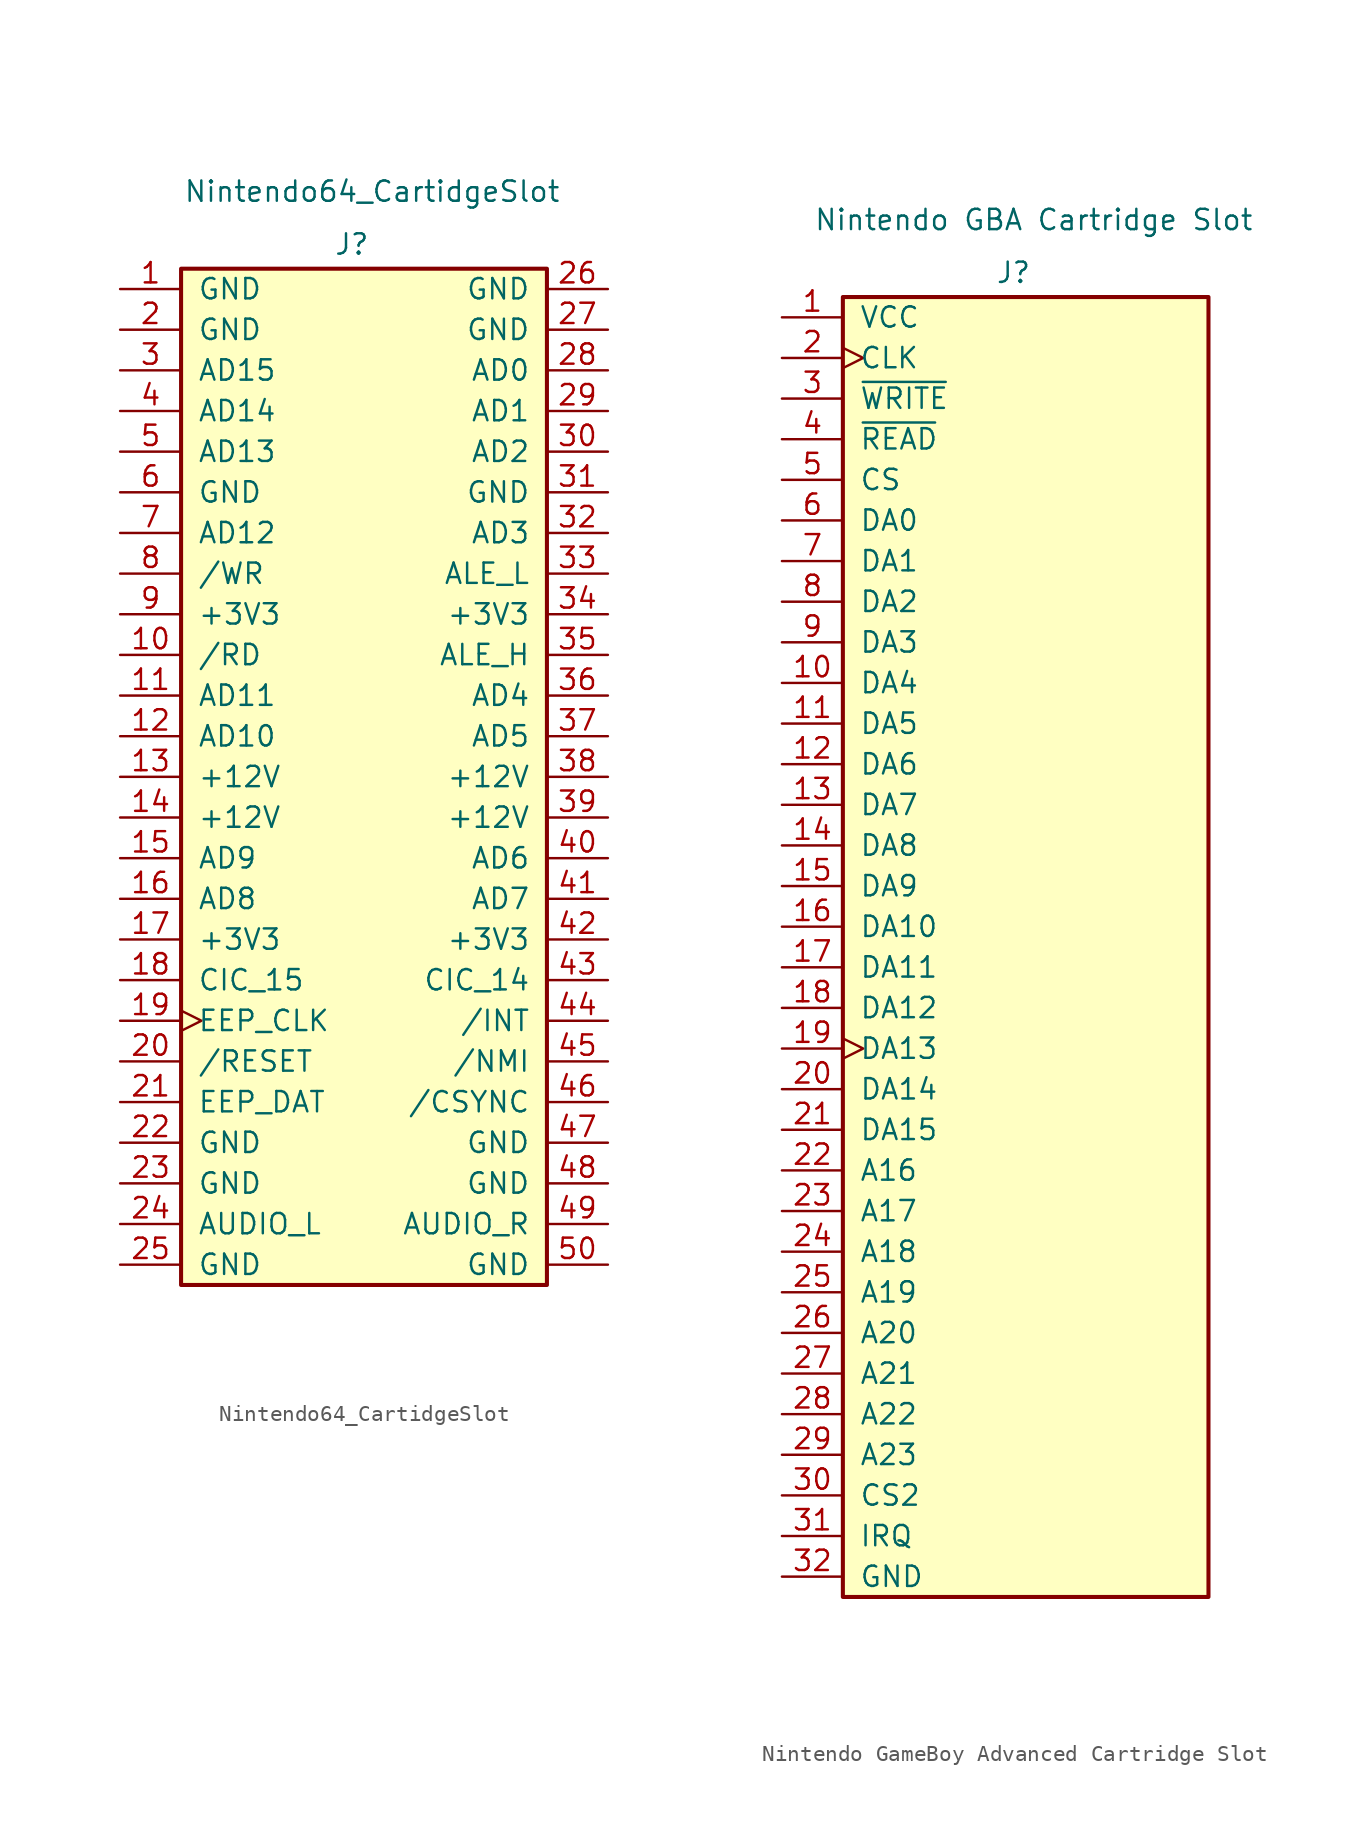
<source format=kicad_sym>
(kicad_symbol_lib
  (version 20241209)
  (generator "kicad_symbol_editor")
  (generator_version "9.0")
  (symbol "Nintendo64_CartidgeSlot"
    (pin_names
      (offset 1.016))
    (property "Reference" "J"
      (at -0.762 38.354 0)
      (effects (font (size 1.27 1.27))))
    (property "Value" "Nintendo64_CartidgeSlot"
      (at 0.508 41.656 0)
      (effects (font (size 1.27 1.27))))
    (symbol "Nintendo64_CartidgeSlot_1_1"
      (rectangle (start -11.43 36.83) (end 11.43 -26.67) (stroke (width 0.254) (type default)) (fill (type background)))
      (pin power_in line (at -15.24 35.56 0) (length 3.81) (name "GND" (effects (font (size 1.27 1.27)))) (number "1" (effects (font (size 1.27 1.27)))))
      (pin power_in line (at -15.24 33.02 0) (length 3.81) (name "GND" (effects (font (size 1.27 1.27)))) (number "2" (effects (font (size 1.27 1.27)))))
      (pin bidirectional line (at -15.24 30.48 0) (length 3.81) (name "AD15" (effects (font (size 1.27 1.27)))) (number "3" (effects (font (size 1.27 1.27)))))
      (pin bidirectional line (at -15.24 27.94 0) (length 3.81) (name "AD14" (effects (font (size 1.27 1.27)))) (number "4" (effects (font (size 1.27 1.27)))))
      (pin bidirectional line (at -15.24 25.4 0) (length 3.81) (name "AD13" (effects (font (size 1.27 1.27)))) (number "5" (effects (font (size 1.27 1.27)))))
      (pin power_in line (at -15.24 22.86 0) (length 3.81) (name "GND" (effects (font (size 1.27 1.27)))) (number "6" (effects (font (size 1.27 1.27)))))
      (pin bidirectional line (at -15.24 20.32 0) (length 3.81) (name "AD12" (effects (font (size 1.27 1.27)))) (number "7" (effects (font (size 1.27 1.27)))))
      (pin input line (at -15.24 17.78 0) (length 3.81) (name "/WR" (effects (font (size 1.27 1.27)))) (number "8" (effects (font (size 1.27 1.27)))))
      (pin power_in line (at -15.24 15.24 0) (length 3.81) (name "+3V3" (effects (font (size 1.27 1.27)))) (number "9" (effects (font (size 1.27 1.27)))))
      (pin output line (at -15.24 12.7 0) (length 3.81) (name "/RD" (effects (font (size 1.27 1.27)))) (number "10" (effects (font (size 1.27 1.27)))))
      (pin bidirectional line (at -15.24 10.16 0) (length 3.81) (name "AD11" (effects (font (size 1.27 1.27)))) (number "11" (effects (font (size 1.27 1.27)))))
      (pin bidirectional line (at -15.24 7.62 0) (length 3.81) (name "AD10" (effects (font (size 1.27 1.27)))) (number "12" (effects (font (size 1.27 1.27)))))
      (pin power_in line (at -15.24 5.08 0) (length 3.81) (name "+12V" (effects (font (size 1.27 1.27)))) (number "13" (effects (font (size 1.27 1.27)))))
      (pin power_in line (at -15.24 2.54 0) (length 3.81) (name "+12V" (effects (font (size 1.27 1.27)))) (number "14" (effects (font (size 1.27 1.27)))))
      (pin bidirectional line (at -15.24 0 0) (length 3.81) (name "AD9" (effects (font (size 1.27 1.27)))) (number "15" (effects (font (size 1.27 1.27)))))
      (pin passive line (at -15.24 -2.54 0) (length 3.81) (name "AD8" (effects (font (size 1.27 1.27)))) (number "16" (effects (font (size 1.27 1.27)))))
      (pin power_in line (at -15.24 -5.08 0) (length 3.81) (name "+3V3" (effects (font (size 1.27 1.27)))) (number "17" (effects (font (size 1.27 1.27)))))
      (pin input line (at -15.24 -7.62 0) (length 3.81) (name "CIC_15" (effects (font (size 1.27 1.27)))) (number "18" (effects (font (size 1.27 1.27)))))
      (pin input clock (at -15.24 -10.16 0) (length 3.81) (name "EEP_CLK" (effects (font (size 1.27 1.27)))) (number "19" (effects (font (size 1.27 1.27)))))
      (pin input line (at -15.24 -12.7 0) (length 3.81) (name "/RESET" (effects (font (size 1.27 1.27)))) (number "20" (effects (font (size 1.27 1.27)))))
      (pin output line (at -15.24 -15.24 0) (length 3.81) (name "EEP_DAT" (effects (font (size 1.27 1.27)))) (number "21" (effects (font (size 1.27 1.27)))))
      (pin power_in line (at -15.24 -17.78 0) (length 3.81) (name "GND" (effects (font (size 1.27 1.27)))) (number "22" (effects (font (size 1.27 1.27)))))
      (pin power_in line (at -15.24 -20.32 0) (length 3.81) (name "GND" (effects (font (size 1.27 1.27)))) (number "23" (effects (font (size 1.27 1.27)))))
      (pin output line (at -15.24 -22.86 0) (length 3.81) (name "AUDIO_L" (effects (font (size 1.27 1.27)))) (number "24" (effects (font (size 1.27 1.27)))))
      (pin power_in line (at -15.24 -25.4 0) (length 3.81) (name "GND" (effects (font (size 1.27 1.27)))) (number "25" (effects (font (size 1.27 1.27)))))
      (pin power_in line (at 15.24 35.56 180) (length 3.81) (name "GND" (effects (font (size 1.27 1.27)))) (number "26" (effects (font (size 1.27 1.27)))))
      (pin power_in line (at 15.24 33.02 180) (length 3.81) (name "GND" (effects (font (size 1.27 1.27)))) (number "27" (effects (font (size 1.27 1.27)))))
      (pin bidirectional line (at 15.24 30.48 180) (length 3.81) (name "AD0" (effects (font (size 1.27 1.27)))) (number "28" (effects (font (size 1.27 1.27)))))
      (pin bidirectional line (at 15.24 27.94 180) (length 3.81) (name "AD1" (effects (font (size 1.27 1.27)))) (number "29" (effects (font (size 1.27 1.27)))))
      (pin bidirectional line (at 15.24 25.4 180) (length 3.81) (name "AD2" (effects (font (size 1.27 1.27)))) (number "30" (effects (font (size 1.27 1.27)))))
      (pin input line (at 15.24 22.86 180) (length 3.81) (name "GND" (effects (font (size 1.27 1.27)))) (number "31" (effects (font (size 1.27 1.27)))))
      (pin bidirectional line (at 15.24 20.32 180) (length 3.81) (name "AD3" (effects (font (size 1.27 1.27)))) (number "32" (effects (font (size 1.27 1.27)))))
      (pin input line (at 15.24 17.78 180) (length 3.81) (name "ALE_L" (effects (font (size 1.27 1.27)))) (number "33" (effects (font (size 1.27 1.27)))))
      (pin power_in line (at 15.24 15.24 180) (length 3.81) (name "+3V3" (effects (font (size 1.27 1.27)))) (number "34" (effects (font (size 1.27 1.27)))))
      (pin input line (at 15.24 12.7 180) (length 3.81) (name "ALE_H" (effects (font (size 1.27 1.27)))) (number "35" (effects (font (size 1.27 1.27)))))
      (pin bidirectional line (at 15.24 10.16 180) (length 3.81) (name "AD4" (effects (font (size 1.27 1.27)))) (number "36" (effects (font (size 1.27 1.27)))))
      (pin bidirectional line (at 15.24 7.62 180) (length 3.81) (name "AD5" (effects (font (size 1.27 1.27)))) (number "37" (effects (font (size 1.27 1.27)))))
      (pin input line (at 15.24 5.08 180) (length 3.81) (name "+12V" (effects (font (size 1.27 1.27)))) (number "38" (effects (font (size 1.27 1.27)))))
      (pin input line (at 15.24 2.54 180) (length 3.81) (name "+12V" (effects (font (size 1.27 1.27)))) (number "39" (effects (font (size 1.27 1.27)))))
      (pin bidirectional line (at 15.24 0 180) (length 3.81) (name "AD6" (effects (font (size 1.27 1.27)))) (number "40" (effects (font (size 1.27 1.27)))))
      (pin bidirectional line (at 15.24 -2.54 180) (length 3.81) (name "AD7" (effects (font (size 1.27 1.27)))) (number "41" (effects (font (size 1.27 1.27)))))
      (pin power_in line (at 15.24 -5.08 180) (length 3.81) (name "+3V3" (effects (font (size 1.27 1.27)))) (number "42" (effects (font (size 1.27 1.27)))))
      (pin output line (at 15.24 -7.62 180) (length 3.81) (name "CIC_14" (effects (font (size 1.27 1.27)))) (number "43" (effects (font (size 1.27 1.27)))))
      (pin input line (at 15.24 -10.16 180) (length 3.81) (name "/INT" (effects (font (size 1.27 1.27)))) (number "44" (effects (font (size 1.27 1.27)))))
      (pin input line (at 15.24 -12.7 180) (length 3.81) (name "/NMI" (effects (font (size 1.27 1.27)))) (number "45" (effects (font (size 1.27 1.27)))))
      (pin output line (at 15.24 -15.24 180) (length 3.81) (name "/CSYNC" (effects (font (size 1.27 1.27)))) (number "46" (effects (font (size 1.27 1.27)))))
      (pin power_in line (at 15.24 -17.78 180) (length 3.81) (name "GND" (effects (font (size 1.27 1.27)))) (number "47" (effects (font (size 1.27 1.27)))))
      (pin power_in line (at 15.24 -20.32 180) (length 3.81) (name "GND" (effects (font (size 1.27 1.27)))) (number "48" (effects (font (size 1.27 1.27)))))
      (pin output line (at 15.24 -22.86 180) (length 3.81) (name "AUDIO_R" (effects (font (size 1.27 1.27)))) (number "49" (effects (font (size 1.27 1.27)))))
      (pin power_in line (at 15.24 -25.4 180) (length 3.81) (name "GND" (effects (font (size 1.27 1.27)))) (number "50" (effects (font (size 1.27 1.27)))))))
  (symbol "Nintendo GameBoy Advanced Cartridge Slot"
    (pin_names
      (offset 1.016))
    (property "Reference" "J"
      (at -0.762 38.354 0)
      (effects (font (size 1.27 1.27))))
    (property "Value" "Nintendo GBA Cartridge Slot"
      (at 0.508 41.656 0)
      (effects (font (size 1.27 1.27))))
    (symbol "Nintendo GameBoy Advanced Cartridge Slot_1_1"
      (rectangle (start -11.43 36.83) (end 11.43 -44.45) (stroke (width 0.254) (type default)) (fill (type background)))
      (pin power_in line (at -15.24 35.56 0) (length 3.81) (name "VCC" (effects (font (size 1.27 1.27)))) (number "1" (effects (font (size 1.27 1.27)))))
      (pin input clock (at -15.24 33.02 0) (length 3.81) (name "CLK" (effects (font (size 1.27 1.27)))) (number "2" (effects (font (size 1.27 1.27)))))
      (pin input line (at -15.24 30.48 0) (length 3.81) (name "~{WRITE}" (effects (font (size 1.27 1.27)))) (number "3" (effects (font (size 1.27 1.27)))))
      (pin input line (at -15.24 27.94 0) (length 3.81) (name "~{READ}" (effects (font (size 1.27 1.27)))) (number "4" (effects (font (size 1.27 1.27)))))
      (pin input line (at -15.24 25.4 0) (length 3.81) (name "CS" (effects (font (size 1.27 1.27)))) (number "5" (effects (font (size 1.27 1.27)))))
      (pin bidirectional line (at -15.24 22.86 0) (length 3.81) (name "DA0" (effects (font (size 1.27 1.27)))) (number "6" (effects (font (size 1.27 1.27)))))
      (pin bidirectional line (at -15.24 20.32 0) (length 3.81) (name "DA1" (effects (font (size 1.27 1.27)))) (number "7" (effects (font (size 1.27 1.27)))))
      (pin bidirectional line (at -15.24 17.78 0) (length 3.81) (name "DA2" (effects (font (size 1.27 1.27)))) (number "8" (effects (font (size 1.27 1.27)))))
      (pin bidirectional line (at -15.24 15.24 0) (length 3.81) (name "DA3" (effects (font (size 1.27 1.27)))) (number "9" (effects (font (size 1.27 1.27)))))
      (pin bidirectional line (at -15.24 12.7 0) (length 3.81) (name "DA4" (effects (font (size 1.27 1.27)))) (number "10" (effects (font (size 1.27 1.27)))))
      (pin bidirectional line (at -15.24 10.16 0) (length 3.81) (name "DA5" (effects (font (size 1.27 1.27)))) (number "11" (effects (font (size 1.27 1.27)))))
      (pin bidirectional line (at -15.24 7.62 0) (length 3.81) (name "DA6" (effects (font (size 1.27 1.27)))) (number "12" (effects (font (size 1.27 1.27)))))
      (pin bidirectional line (at -15.24 5.08 0) (length 3.81) (name "DA7" (effects (font (size 1.27 1.27)))) (number "13" (effects (font (size 1.27 1.27)))))
      (pin bidirectional line (at -15.24 2.54 0) (length 3.81) (name "DA8" (effects (font (size 1.27 1.27)))) (number "14" (effects (font (size 1.27 1.27)))))
      (pin bidirectional line (at -15.24 0 0) (length 3.81) (name "DA9" (effects (font (size 1.27 1.27)))) (number "15" (effects (font (size 1.27 1.27)))))
      (pin bidirectional line (at -15.24 -2.54 0) (length 3.81) (name "DA10" (effects (font (size 1.27 1.27)))) (number "16" (effects (font (size 1.27 1.27)))))
      (pin bidirectional line (at -15.24 -5.08 0) (length 3.81) (name "DA11" (effects (font (size 1.27 1.27)))) (number "17" (effects (font (size 1.27 1.27)))))
      (pin bidirectional line (at -15.24 -7.62 0) (length 3.81) (name "DA12" (effects (font (size 1.27 1.27)))) (number "18" (effects (font (size 1.27 1.27)))))
      (pin bidirectional clock (at -15.24 -10.16 0) (length 3.81) (name "DA13" (effects (font (size 1.27 1.27)))) (number "19" (effects (font (size 1.27 1.27)))))
      (pin bidirectional line (at -15.24 -12.7 0) (length 3.81) (name "DA14" (effects (font (size 1.27 1.27)))) (number "20" (effects (font (size 1.27 1.27)))))
      (pin bidirectional line (at -15.24 -15.24 0) (length 3.81) (name "DA15" (effects (font (size 1.27 1.27)))) (number "21" (effects (font (size 1.27 1.27)))))
      (pin input line (at -15.24 -17.78 0) (length 3.81) (name "A16" (effects (font (size 1.27 1.27)))) (number "22" (effects (font (size 1.27 1.27)))))
      (pin input line (at -15.24 -20.32 0) (length 3.81) (name "A17" (effects (font (size 1.27 1.27)))) (number "23" (effects (font (size 1.27 1.27)))))
      (pin input line (at -15.24 -22.86 0) (length 3.81) (name "A18" (effects (font (size 1.27 1.27)))) (number "24" (effects (font (size 1.27 1.27)))))
      (pin input line (at -15.24 -25.4 0) (length 3.81) (name "A19" (effects (font (size 1.27 1.27)))) (number "25" (effects (font (size 1.27 1.27)))))
      (pin input line (at -15.24 -27.94 0) (length 3.81) (name "A20" (effects (font (size 1.27 1.27)))) (number "26" (effects (font (size 1.27 1.27)))))
      (pin input line (at -15.24 -30.48 0) (length 3.81) (name "A21" (effects (font (size 1.27 1.27)))) (number "27" (effects (font (size 1.27 1.27)))))
      (pin input line (at -15.24 -33.02 0) (length 3.81) (name "A22" (effects (font (size 1.27 1.27)))) (number "28" (effects (font (size 1.27 1.27)))))
      (pin input line (at -15.24 -35.56 0) (length 3.81) (name "A23" (effects (font (size 1.27 1.27)))) (number "29" (effects (font (size 1.27 1.27)))))
      (pin input line (at -15.24 -38.1 0) (length 3.81) (name "CS2" (effects (font (size 1.27 1.27)))) (number "30" (effects (font (size 1.27 1.27)))))
      (pin input line (at -15.24 -40.64 0) (length 3.81) (name "IRQ" (effects (font (size 1.27 1.27)))) (number "31" (effects (font (size 1.27 1.27)))))
      (pin power_in line (at -15.24 -43.18 0) (length 3.81) (name "GND" (effects (font (size 1.27 1.27)))) (number "32" (effects (font (size 1.27 1.27))))))))
</source>
